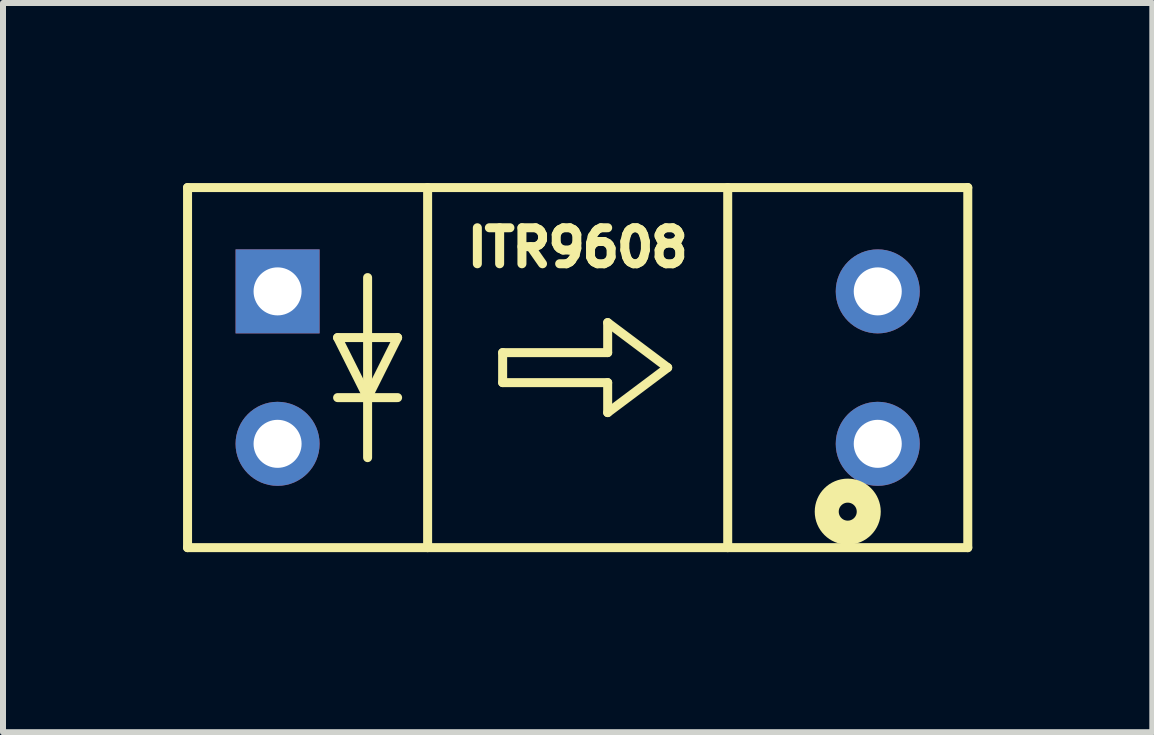
<source format=kicad_pcb>
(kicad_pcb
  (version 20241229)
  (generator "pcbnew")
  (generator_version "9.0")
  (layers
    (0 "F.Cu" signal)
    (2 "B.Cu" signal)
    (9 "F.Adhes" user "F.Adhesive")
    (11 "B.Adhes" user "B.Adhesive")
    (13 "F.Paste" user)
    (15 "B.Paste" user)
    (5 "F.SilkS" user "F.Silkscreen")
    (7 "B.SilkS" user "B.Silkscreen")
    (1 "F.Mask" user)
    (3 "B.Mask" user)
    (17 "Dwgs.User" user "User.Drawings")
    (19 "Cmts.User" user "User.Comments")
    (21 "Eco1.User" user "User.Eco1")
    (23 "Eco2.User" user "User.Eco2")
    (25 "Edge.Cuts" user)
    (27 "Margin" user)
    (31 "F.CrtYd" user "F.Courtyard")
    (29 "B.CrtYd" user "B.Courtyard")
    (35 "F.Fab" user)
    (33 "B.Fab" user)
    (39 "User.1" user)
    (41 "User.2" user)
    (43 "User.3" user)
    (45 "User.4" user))
  (footprint "ITR9608"
    (layer "F.Cu")
    (at 6.575 3.075)
    (property "Reference" "ITR9608" (at 0 -2 0) (layer "F.SilkS") (effects (font (size 0.6 0.6) (thickness 0.15))))
    (attr through_hole)
    (fp_line (start -6.5 -3) (end -6.5 3) (stroke (width 0.15) (type solid)) (layer "F.SilkS"))
    (fp_line (start -4 -0.5) (end -3 -0.5) (stroke (width 0.15) (type solid)) (layer "F.SilkS"))
    (fp_line (start -4 0.5) (end -3 0.5) (stroke (width 0.15) (type solid)) (layer "F.SilkS"))
    (fp_line (start -3.5 -1.5) (end -3.5 1.5) (stroke (width 0.15) (type solid)) (layer "F.SilkS"))
    (fp_line (start -3.5 0.5) (end -4 -0.5) (stroke (width 0.15) (type solid)) (layer "F.SilkS"))
    (fp_line (start -3 -0.5) (end -3.5 0.5) (stroke (width 0.15) (type solid)) (layer "F.SilkS"))
    (fp_line (start -2.5 3) (end -2.5 -3) (stroke (width 0.15) (type solid)) (layer "F.SilkS"))
    (fp_line (start -1.25 -0.25) (end 0.5 -0.25) (stroke (width 0.15) (type solid)) (layer "F.SilkS"))
    (fp_line (start -1.25 0.25) (end -1.25 -0.25) (stroke (width 0.15) (type solid)) (layer "F.SilkS"))
    (fp_line (start -1.25 0.25) (end 0.5 0.25) (stroke (width 0.15) (type solid)) (layer "F.SilkS"))
    (fp_line (start 0.5 -0.75) (end 1.5 0) (stroke (width 0.15) (type solid)) (layer "F.SilkS"))
    (fp_line (start 0.5 -0.25) (end 0.5 -0.75) (stroke (width 0.15) (type solid)) (layer "F.SilkS"))
    (fp_line (start 0.5 0.25) (end 0.5 0.75) (stroke (width 0.15) (type solid)) (layer "F.SilkS"))
    (fp_line (start 1.5 0) (end 0.5 0.75) (stroke (width 0.15) (type solid)) (layer "F.SilkS"))
    (fp_line (start 2.5 3) (end 2.5 -3) (stroke (width 0.15) (type solid)) (layer "F.SilkS"))
    (fp_line (start 6.5 -3) (end -6.5 -3) (stroke (width 0.15) (type solid)) (layer "F.SilkS"))
    (fp_line (start 6.5 3) (end -6.5 3) (stroke (width 0.15) (type solid)) (layer "F.SilkS"))
    (fp_line (start 6.5 3) (end 6.5 -3) (stroke (width 0.15) (type solid)) (layer "F.SilkS"))
    (fp_circle (center 4.5 2.4) (end 4.65 2.4) (stroke (width 0.4) (type solid)) (fill no) (layer "F.SilkS"))
    (pad "1" thru_hole rect (at -5 -1.27) (size 1.4 1.4) (drill 0.8) (layers "*.Cu" "*.Mask"))
    (pad "2" thru_hole circle (at -5 1.27) (size 1.4 1.4) (drill 0.8) (layers "*.Cu" "*.Mask"))
    (pad "3" thru_hole circle (at 5 1.27) (size 1.4 1.4) (drill 0.8) (layers "*.Cu" "*.Mask"))
    (pad "4" thru_hole circle (at 5 -1.27) (size 1.4 1.4) (drill 0.8) (layers "*.Cu" "*.Mask")))
  (gr_rect
    (start -3 -3)
    (end 16.15 9.15)
    (stroke (width 0.1) (type default))
    (fill no)
    (layer "Edge.Cuts")))
</source>
